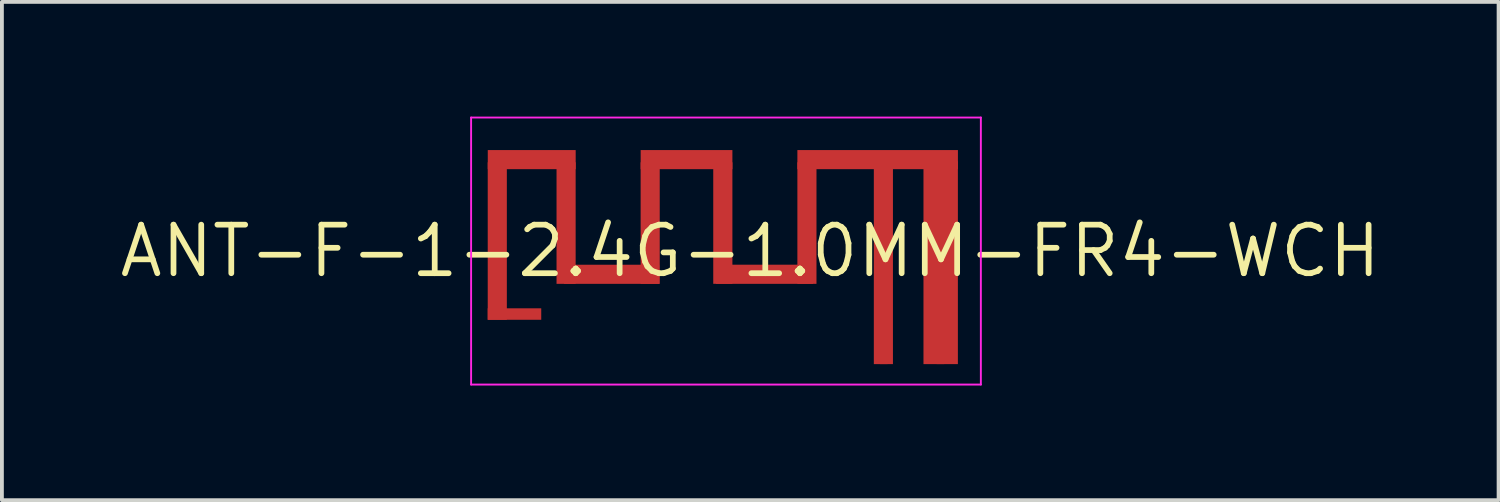
<source format=kicad_pcb>
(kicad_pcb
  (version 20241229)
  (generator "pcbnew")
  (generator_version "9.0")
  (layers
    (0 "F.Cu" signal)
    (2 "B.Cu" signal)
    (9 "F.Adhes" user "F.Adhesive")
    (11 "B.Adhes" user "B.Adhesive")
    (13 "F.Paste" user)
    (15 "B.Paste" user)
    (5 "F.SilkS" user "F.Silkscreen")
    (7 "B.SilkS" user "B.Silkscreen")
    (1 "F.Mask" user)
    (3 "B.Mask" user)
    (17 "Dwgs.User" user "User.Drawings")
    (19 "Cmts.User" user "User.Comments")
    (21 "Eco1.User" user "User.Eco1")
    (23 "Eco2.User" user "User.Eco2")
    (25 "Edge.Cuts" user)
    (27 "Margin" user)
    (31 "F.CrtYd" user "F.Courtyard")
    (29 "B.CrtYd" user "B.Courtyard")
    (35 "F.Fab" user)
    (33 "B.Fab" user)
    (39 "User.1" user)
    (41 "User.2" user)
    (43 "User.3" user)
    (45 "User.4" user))
  (footprint "ANT-F-1-2.4G-1.0MM-FR4-WCH"
    (layer "F.Cu")
    (at 15.943 3.518)
    (property "Reference" "ANT-F-1-2.4G-1.0MM-FR4-WCH" (at 0.635 0 0) (layer "F.SilkS") (effects (font (size 1.27 1.27) (thickness 0.15))))
    (attr exclude_from_pos_files exclude_from_bom)
    (fp_poly (pts (xy -5.733 -2.322) (xy -6.233 -2.322) (xy -6.233 1.798) (xy -5.733 1.798)) (stroke (width 0) (type solid)) (fill yes) (layer "F.Cu"))
    (fp_poly (pts (xy -4.833 1.498) (xy -6.233 1.498) (xy -6.233 1.798) (xy -4.833 1.798)) (stroke (width 0) (type solid)) (fill yes) (layer "F.Cu"))
    (fp_poly (pts (xy -3.933 -2.322) (xy -4.433 -2.322) (xy -4.433 0.858) (xy -3.933 0.858)) (stroke (width 0) (type solid)) (fill yes) (layer "F.Cu"))
    (fp_poly (pts (xy -3.932 -2.642) (xy -6.232 -2.642) (xy -6.232 -2.142) (xy -3.932 -2.142)) (stroke (width 0) (type solid)) (fill yes) (layer "F.Cu"))
    (fp_poly (pts (xy -1.747 0.358) (xy -4.236 0.358) (xy -4.236 0.858) (xy -1.747 0.858)) (stroke (width 0) (type solid)) (fill yes) (layer "F.Cu"))
    (fp_poly (pts (xy -1.733 -2.322) (xy -2.233 -2.322) (xy -2.233 0.858) (xy -1.733 0.858)) (stroke (width 0) (type solid)) (fill yes) (layer "F.Cu"))
    (fp_poly (pts (xy 0.168 -2.322) (xy -0.333 -2.322) (xy -0.333 0.857) (xy 0.168 0.857)) (stroke (width 0) (type solid)) (fill yes) (layer "F.Cu"))
    (fp_poly (pts (xy 0.168 -2.642) (xy -2.232 -2.642) (xy -2.232 -2.142) (xy 0.168 -2.142)) (stroke (width 0) (type solid)) (fill yes) (layer "F.Cu"))
    (fp_poly (pts (xy 2.277 0.357) (xy -0.263 0.357) (xy -0.263 0.858) (xy 2.277 0.858)) (stroke (width 0) (type solid)) (fill yes) (layer "F.Cu"))
    (fp_poly (pts (xy 2.368 -2.322) (xy 1.868 -2.322) (xy 1.868 0.858) (xy 2.368 0.858)) (stroke (width 0) (type solid)) (fill yes) (layer "F.Cu"))
    (fp_poly (pts (xy 4.368 -2.373) (xy 3.868 -2.373) (xy 3.868 2.958) (xy 4.368 2.958)) (stroke (width 0) (type solid)) (fill yes) (layer "F.Cu"))
    (fp_poly (pts (xy 6.067 -2.348) (xy 5.167 -2.348) (xy 5.167 2.958) (xy 6.067 2.958)) (stroke (width 0) (type solid)) (fill yes) (layer "F.Cu"))
    (fp_poly (pts (xy 6.068 -2.642) (xy 1.868 -2.642) (xy 1.868 -2.142) (xy 6.068 -2.142)) (stroke (width 0) (type solid)) (fill yes) (layer "F.Cu"))
    (fp_poly (pts (xy -5.733 -2.322) (xy -6.232 -2.322) (xy -6.232 1.798) (xy -5.733 1.798)) (stroke (width 0) (type solid)) (fill yes) (layer "F.Mask"))
    (fp_poly (pts (xy -4.833 1.498) (xy -6.233 1.498) (xy -6.233 1.798) (xy -4.833 1.798)) (stroke (width 0) (type solid)) (fill yes) (layer "F.Mask"))
    (fp_poly (pts (xy -3.933 -2.322) (xy -4.433 -2.322) (xy -4.433 0.858) (xy -3.933 0.858)) (stroke (width 0) (type solid)) (fill yes) (layer "F.Mask"))
    (fp_poly (pts (xy -3.932 -2.642) (xy -6.232 -2.642) (xy -6.232 -2.142) (xy -3.932 -2.142)) (stroke (width 0) (type solid)) (fill yes) (layer "F.Mask"))
    (fp_poly (pts (xy -1.747 0.358) (xy -4.236 0.358) (xy -4.236 0.858) (xy -1.747 0.858)) (stroke (width 0) (type solid)) (fill yes) (layer "F.Mask"))
    (fp_poly (pts (xy -1.733 -2.322) (xy -2.233 -2.322) (xy -2.233 0.858) (xy -1.733 0.858)) (stroke (width 0) (type solid)) (fill yes) (layer "F.Mask"))
    (fp_poly (pts (xy 0.168 -2.322) (xy -0.332 -2.322) (xy -0.332 0.858) (xy 0.168 0.858)) (stroke (width 0) (type solid)) (fill yes) (layer "F.Mask"))
    (fp_poly (pts (xy 0.168 -2.642) (xy -2.232 -2.642) (xy -2.232 -2.142) (xy 0.168 -2.142)) (stroke (width 0) (type solid)) (fill yes) (layer "F.Mask"))
    (fp_poly (pts (xy 2.277 0.357) (xy -0.263 0.357) (xy -0.263 0.858) (xy 2.277 0.858)) (stroke (width 0) (type solid)) (fill yes) (layer "F.Mask"))
    (fp_poly (pts (xy 2.368 -2.322) (xy 1.868 -2.322) (xy 1.868 0.857) (xy 2.368 0.857)) (stroke (width 0) (type solid)) (fill yes) (layer "F.Mask"))
    (fp_poly (pts (xy 4.368 -2.373) (xy 3.868 -2.373) (xy 3.868 2.957) (xy 4.368 2.957)) (stroke (width 0) (type solid)) (fill yes) (layer "F.Mask"))
    (fp_poly (pts (xy 6.067 -2.348) (xy 5.167 -2.348) (xy 5.167 2.958) (xy 6.067 2.958)) (stroke (width 0) (type solid)) (fill yes) (layer "F.Mask"))
    (fp_poly (pts (xy 6.068 -2.642) (xy 1.868 -2.642) (xy 1.868 -2.142) (xy 6.068 -2.142)) (stroke (width 0) (type solid)) (fill yes) (layer "F.Mask"))
    (fp_line (start -6.668 -3.493) (end -6.668 3.493) (stroke (width 0.05) (type solid)) (layer "F.CrtYd"))
    (fp_line (start -6.668 3.493) (end 6.668 3.493) (stroke (width 0.05) (type solid)) (layer "F.CrtYd"))
    (fp_line (start 6.668 -3.493) (end -6.668 -3.493) (stroke (width 0.05) (type solid)) (layer "F.CrtYd"))
    (fp_line (start 6.668 3.493) (end 6.668 -3.493) (stroke (width 0.05) (type solid)) (layer "F.CrtYd"))
    (pad "1" smd rect (at 4.128 2.857 90) (size 0.2 0.2) (layers "F.Cu" "F.Mask" "F.Paste"))
    (pad "2" smd rect (at 5.61 2.857 90) (size 0.2 0.2) (layers "F.Cu" "F.Mask" "F.Paste")))
  (gr_rect
    (start -3 -3)
    (end 36.156 10.035)
    (stroke (width 0.1) (type default))
    (fill no)
    (layer "Edge.Cuts")))
</source>
